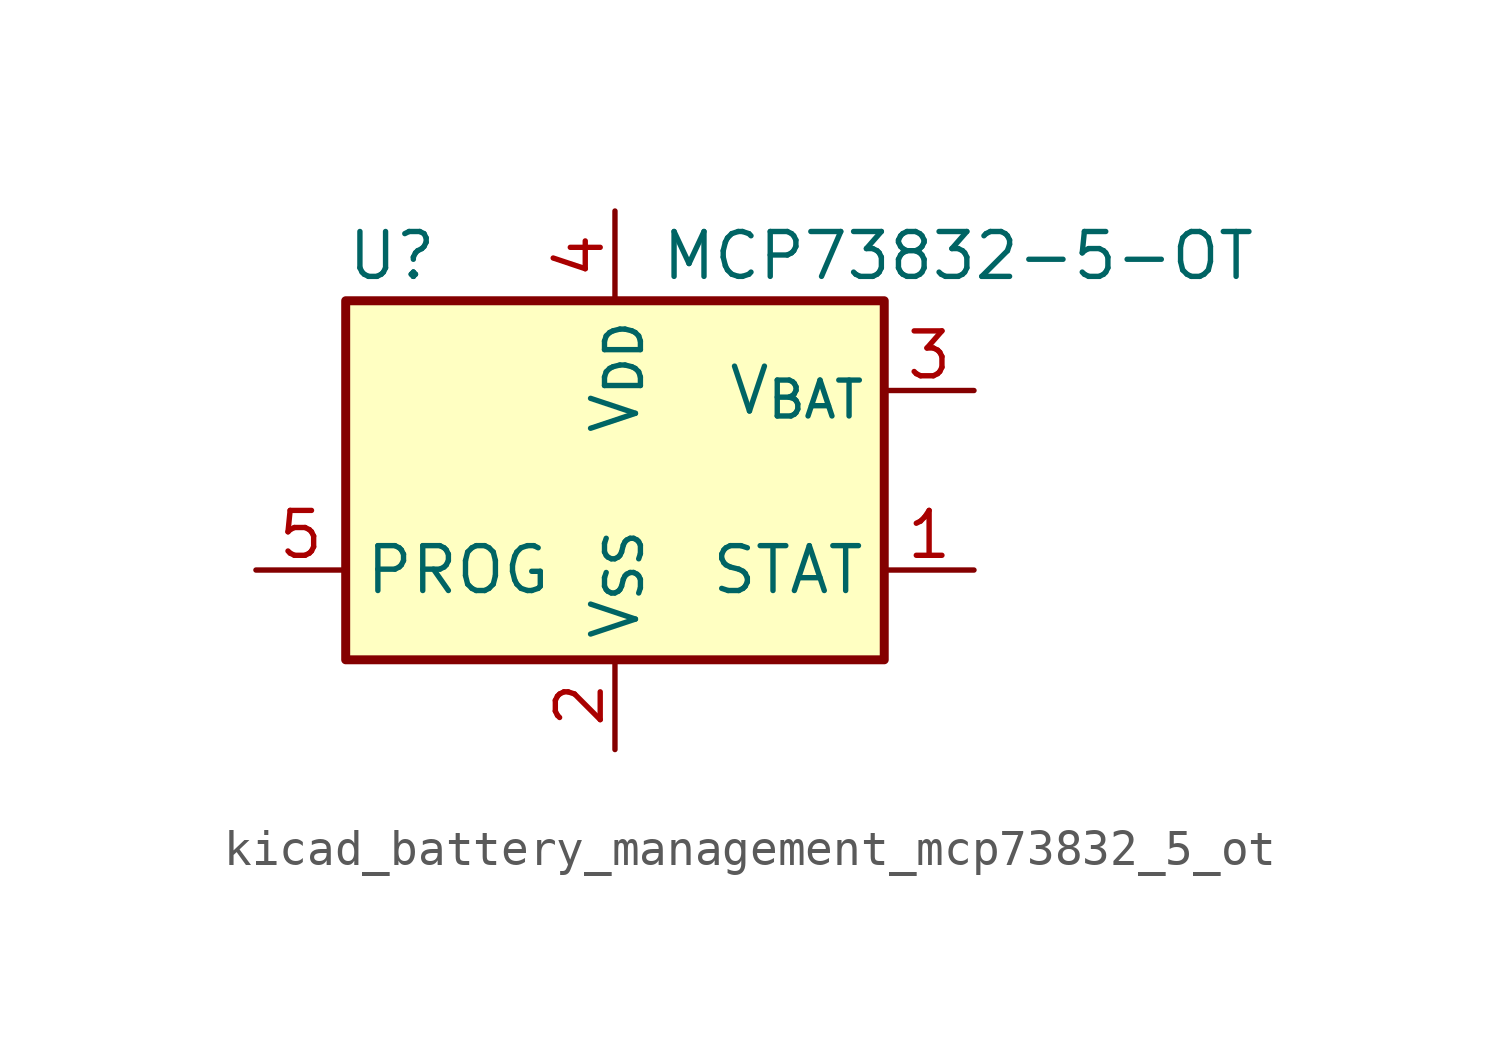
<source format=kicad_sym>
(kicad_symbol_lib
  (version 20220914)
  (generator kicad_symbol_editor)
  (symbol "kicad_battery_management_mcp73832_5_ot"
    (property "Reference" "U"
      (at -7.62 6.35 0)
      (effects (font (size 1.27 1.27)) (justify left)))
    (property "Value" "MCP73832-5-OT"
      (at 1.27 6.35 0)
      (effects (font (size 1.27 1.27)) (justify left)))
    (symbol "kicad_battery_management_mcp73832_5_ot_0_1"
      (rectangle (start -7.62 5.08) (end 7.62 -5.08) (stroke (width 0.254) (type default)) (fill (type background))))
    (symbol "kicad_battery_management_mcp73832_5_ot_1_1"
      (pin output line (at 10.16 -2.54 180) (length 2.54) (name "STAT" (effects (font (size 1.27 1.27)))) (number "1" (effects (font (size 1.27 1.27)))))
      (pin power_in line (at 0 -7.62 90) (length 2.54) (name "V_{SS}" (effects (font (size 1.27 1.27)))) (number "2" (effects (font (size 1.27 1.27)))))
      (pin power_out line (at 10.16 2.54 180) (length 2.54) (name "V_{BAT}" (effects (font (size 1.27 1.27)))) (number "3" (effects (font (size 1.27 1.27)))))
      (pin power_in line (at 0 7.62 270) (length 2.54) (name "V_{DD}" (effects (font (size 1.27 1.27)))) (number "4" (effects (font (size 1.27 1.27)))))
      (pin input line (at -10.16 -2.54 0) (length 2.54) (name "PROG" (effects (font (size 1.27 1.27)))) (number "5" (effects (font (size 1.27 1.27))))))))
</source>
